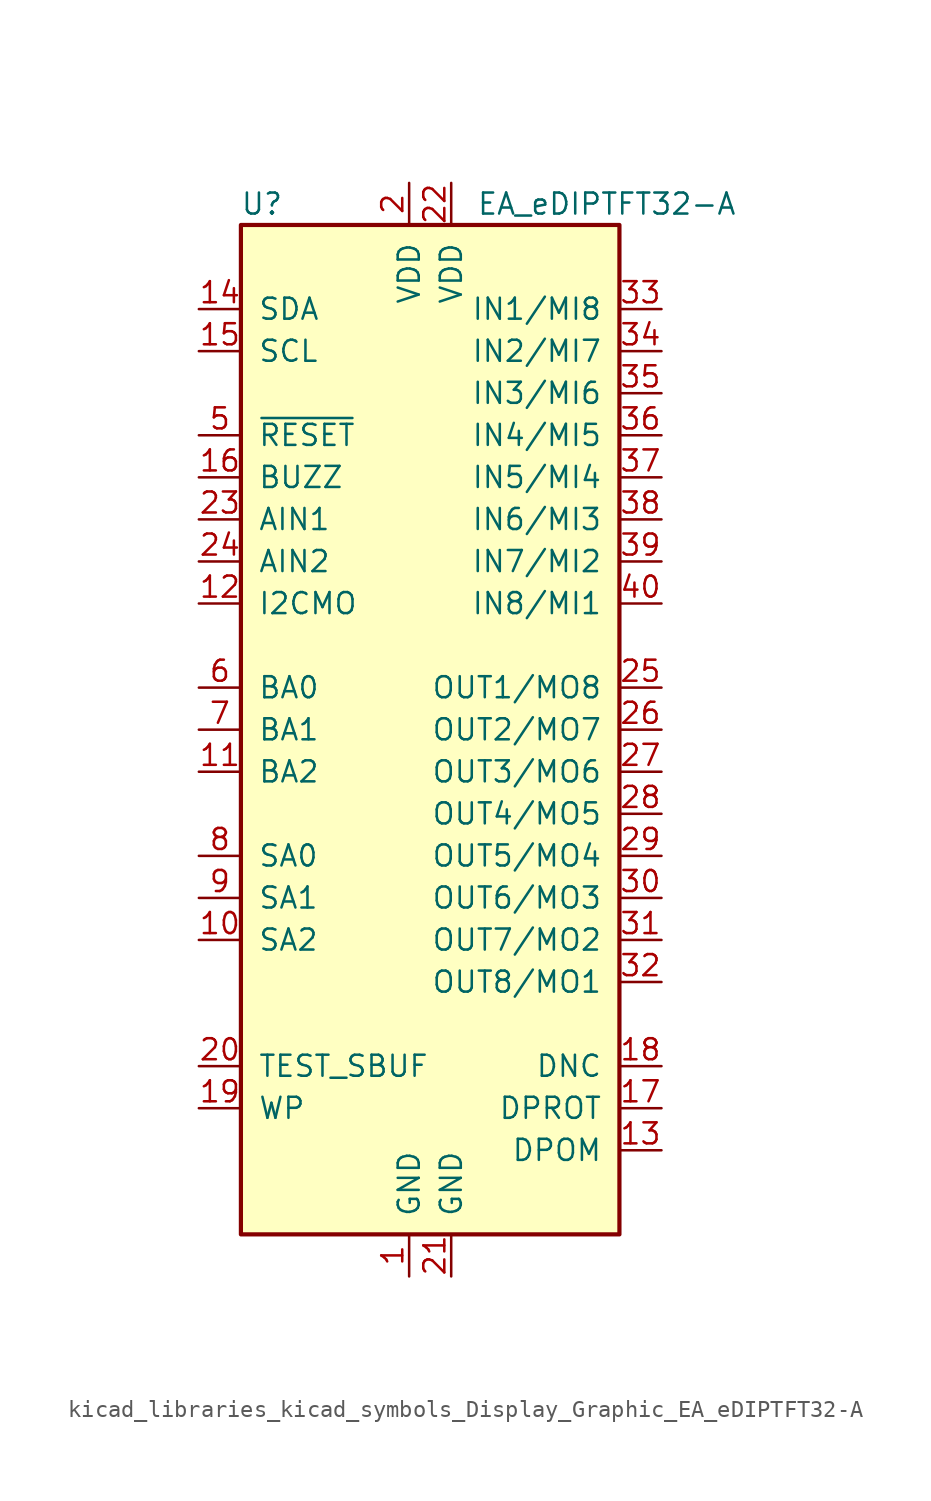
<source format=kicad_sym>
(kicad_symbol_lib
  (version 20220914)
  (generator kicad_symbol_editor)
  (symbol "kicad_libraries_kicad_symbols_Display_Graphic_EA_eDIPTFT32-A"
    (pin_names
      (offset 1.016))
    (property "Reference" "U"
      (at -11.43 31.75 0)
      (effects (font (size 1.27 1.27))))
    (property "Value" "EA_eDIPTFT32-A"
      (at 1.524 31.75 0)
      (effects (font (size 1.27 1.27)) (justify left)))
    (symbol "kicad_libraries_kicad_symbols_Display_Graphic_EA_eDIPTFT32-A_0_1"
      (rectangle (start -12.7 30.48) (end 10.16 -30.48) (stroke (width 0.254) (type default)) (fill (type background))))
    (symbol "kicad_libraries_kicad_symbols_Display_Graphic_EA_eDIPTFT32-A_1_1"
      (pin power_in line (at -2.54 -33.02 90) (length 2.54) (name "GND" (effects (font (size 1.27 1.27)))) (number "1" (effects (font (size 1.27 1.27)))))
      (pin input line (at -15.24 -12.7 0) (length 2.54) (name "SA2" (effects (font (size 1.27 1.27)))) (number "10" (effects (font (size 1.27 1.27)))))
      (pin input line (at -15.24 -2.54 0) (length 2.54) (name "BA2" (effects (font (size 1.27 1.27)))) (number "11" (effects (font (size 1.27 1.27)))))
      (pin input line (at -15.24 7.62 0) (length 2.54) (name "I2CMO" (effects (font (size 1.27 1.27)))) (number "12" (effects (font (size 1.27 1.27)))))
      (pin input line (at 12.7 -25.4 180) (length 2.54) (name "DPOM" (effects (font (size 1.27 1.27)))) (number "13" (effects (font (size 1.27 1.27)))))
      (pin bidirectional line (at -15.24 25.4 0) (length 2.54) (name "SDA" (effects (font (size 1.27 1.27)))) (number "14" (effects (font (size 1.27 1.27)))))
      (pin input line (at -15.24 22.86 0) (length 2.54) (name "SCL" (effects (font (size 1.27 1.27)))) (number "15" (effects (font (size 1.27 1.27)))))
      (pin output line (at -15.24 15.24 0) (length 2.54) (name "BUZZ" (effects (font (size 1.27 1.27)))) (number "16" (effects (font (size 1.27 1.27)))))
      (pin input line (at 12.7 -22.86 180) (length 2.54) (name "DPROT" (effects (font (size 1.27 1.27)))) (number "17" (effects (font (size 1.27 1.27)))))
      (pin output line (at 12.7 -20.32 180) (length 2.54) (name "DNC" (effects (font (size 1.27 1.27)))) (number "18" (effects (font (size 1.27 1.27)))))
      (pin input line (at -15.24 -22.86 0) (length 2.54) (name "WP" (effects (font (size 1.27 1.27)))) (number "19" (effects (font (size 1.27 1.27)))))
      (pin power_in line (at -2.54 33.02 270) (length 2.54) (name "VDD" (effects (font (size 1.27 1.27)))) (number "2" (effects (font (size 1.27 1.27)))))
      (pin bidirectional line (at -15.24 -20.32 0) (length 2.54) (name "TEST_SBUF" (effects (font (size 1.27 1.27)))) (number "20" (effects (font (size 1.27 1.27)))))
      (pin power_in line (at 0 -33.02 90) (length 2.54) (name "GND" (effects (font (size 1.27 1.27)))) (number "21" (effects (font (size 1.27 1.27)))))
      (pin power_in line (at 0 33.02 270) (length 2.54) (name "VDD" (effects (font (size 1.27 1.27)))) (number "22" (effects (font (size 1.27 1.27)))))
      (pin input line (at -15.24 12.7 0) (length 2.54) (name "AIN1" (effects (font (size 1.27 1.27)))) (number "23" (effects (font (size 1.27 1.27)))))
      (pin input line (at -15.24 10.16 0) (length 2.54) (name "AIN2" (effects (font (size 1.27 1.27)))) (number "24" (effects (font (size 1.27 1.27)))))
      (pin output line (at 12.7 2.54 180) (length 2.54) (name "OUT1/MO8" (effects (font (size 1.27 1.27)))) (number "25" (effects (font (size 1.27 1.27)))))
      (pin output line (at 12.7 0 180) (length 2.54) (name "OUT2/MO7" (effects (font (size 1.27 1.27)))) (number "26" (effects (font (size 1.27 1.27)))))
      (pin output line (at 12.7 -2.54 180) (length 2.54) (name "OUT3/MO6" (effects (font (size 1.27 1.27)))) (number "27" (effects (font (size 1.27 1.27)))))
      (pin output line (at 12.7 -5.08 180) (length 2.54) (name "OUT4/MO5" (effects (font (size 1.27 1.27)))) (number "28" (effects (font (size 1.27 1.27)))))
      (pin output line (at 12.7 -7.62 180) (length 2.54) (name "OUT5/MO4" (effects (font (size 1.27 1.27)))) (number "29" (effects (font (size 1.27 1.27)))))
      (pin no_connect line (at 10.16 -27.94 180) (length 2.54) hide (name "NC" (effects (font (size 1.27 1.27)))) (number "3" (effects (font (size 1.27 1.27)))))
      (pin output line (at 12.7 -10.16 180) (length 2.54) (name "OUT6/MO3" (effects (font (size 1.27 1.27)))) (number "30" (effects (font (size 1.27 1.27)))))
      (pin output line (at 12.7 -12.7 180) (length 2.54) (name "OUT7/MO2" (effects (font (size 1.27 1.27)))) (number "31" (effects (font (size 1.27 1.27)))))
      (pin output line (at 12.7 -15.24 180) (length 2.54) (name "OUT8/MO1" (effects (font (size 1.27 1.27)))) (number "32" (effects (font (size 1.27 1.27)))))
      (pin input line (at 12.7 25.4 180) (length 2.54) (name "IN1/MI8" (effects (font (size 1.27 1.27)))) (number "33" (effects (font (size 1.27 1.27)))))
      (pin input line (at 12.7 22.86 180) (length 2.54) (name "IN2/MI7" (effects (font (size 1.27 1.27)))) (number "34" (effects (font (size 1.27 1.27)))))
      (pin input line (at 12.7 20.32 180) (length 2.54) (name "IN3/MI6" (effects (font (size 1.27 1.27)))) (number "35" (effects (font (size 1.27 1.27)))))
      (pin input line (at 12.7 17.78 180) (length 2.54) (name "IN4/MI5" (effects (font (size 1.27 1.27)))) (number "36" (effects (font (size 1.27 1.27)))))
      (pin input line (at 12.7 15.24 180) (length 2.54) (name "IN5/MI4" (effects (font (size 1.27 1.27)))) (number "37" (effects (font (size 1.27 1.27)))))
      (pin input line (at 12.7 12.7 180) (length 2.54) (name "IN6/MI3" (effects (font (size 1.27 1.27)))) (number "38" (effects (font (size 1.27 1.27)))))
      (pin input line (at 12.7 10.16 180) (length 2.54) (name "IN7/MI2" (effects (font (size 1.27 1.27)))) (number "39" (effects (font (size 1.27 1.27)))))
      (pin no_connect line (at -12.7 -27.94 0) (length 2.54) hide (name "NC" (effects (font (size 1.27 1.27)))) (number "4" (effects (font (size 1.27 1.27)))))
      (pin input line (at 12.7 7.62 180) (length 2.54) (name "IN8/MI1" (effects (font (size 1.27 1.27)))) (number "40" (effects (font (size 1.27 1.27)))))
      (pin input line (at -15.24 17.78 0) (length 2.54) (name "~{RESET}" (effects (font (size 1.27 1.27)))) (number "5" (effects (font (size 1.27 1.27)))))
      (pin input line (at -15.24 2.54 0) (length 2.54) (name "BA0" (effects (font (size 1.27 1.27)))) (number "6" (effects (font (size 1.27 1.27)))))
      (pin input line (at -15.24 0 0) (length 2.54) (name "BA1" (effects (font (size 1.27 1.27)))) (number "7" (effects (font (size 1.27 1.27)))))
      (pin input line (at -15.24 -7.62 0) (length 2.54) (name "SA0" (effects (font (size 1.27 1.27)))) (number "8" (effects (font (size 1.27 1.27)))))
      (pin input line (at -15.24 -10.16 0) (length 2.54) (name "SA1" (effects (font (size 1.27 1.27)))) (number "9" (effects (font (size 1.27 1.27))))))))
</source>
